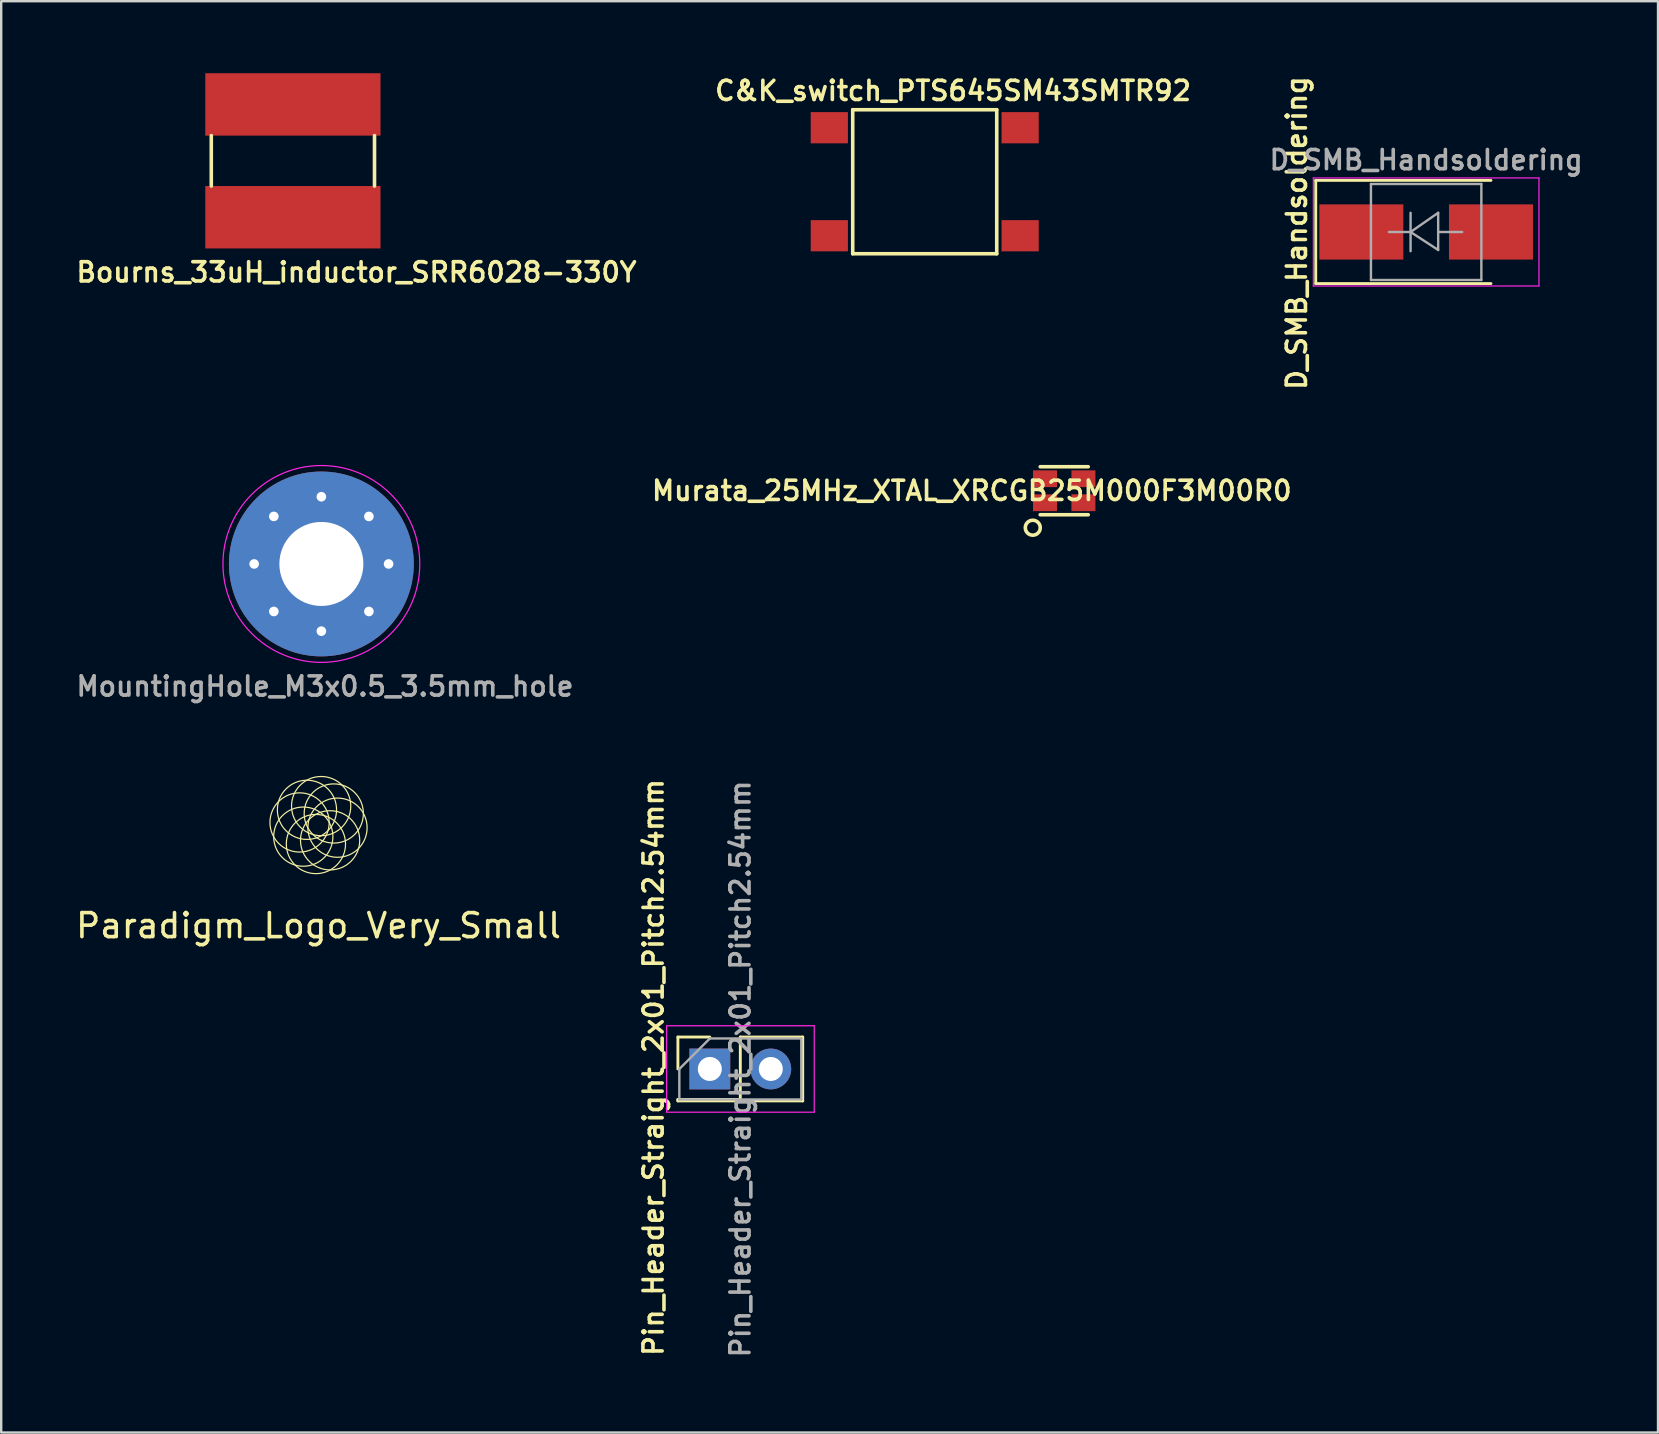
<source format=kicad_pcb>
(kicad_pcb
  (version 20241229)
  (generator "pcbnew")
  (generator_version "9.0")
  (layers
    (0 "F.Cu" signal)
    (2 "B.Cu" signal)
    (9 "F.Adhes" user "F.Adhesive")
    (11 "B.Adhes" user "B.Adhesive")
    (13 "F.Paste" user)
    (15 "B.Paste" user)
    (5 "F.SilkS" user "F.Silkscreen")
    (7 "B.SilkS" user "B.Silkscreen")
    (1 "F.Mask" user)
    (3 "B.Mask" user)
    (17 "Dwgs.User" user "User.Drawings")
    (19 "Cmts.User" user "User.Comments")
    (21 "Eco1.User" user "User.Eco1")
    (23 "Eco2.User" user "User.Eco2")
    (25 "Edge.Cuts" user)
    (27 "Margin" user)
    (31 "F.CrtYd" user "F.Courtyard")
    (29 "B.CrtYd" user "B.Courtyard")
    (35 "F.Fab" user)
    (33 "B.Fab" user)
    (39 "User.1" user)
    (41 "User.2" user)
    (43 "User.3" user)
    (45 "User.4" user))
  (footprint "D_SMB_Handsoldering"
    (layer "F.Cu")
    (at 56.363 6.614)
    (property "Reference" "D_SMB_Handsoldering" (at -5.391 0.045 90) (layer "F.SilkS") (effects (font (size 0.8 0.8) (thickness 0.15))))
    (attr smd)
    (fp_line (start -4.6 -2.15) (end -4.6 2.15) (stroke (width 0.12) (type solid)) (layer "F.SilkS"))
    (fp_line (start -4.6 -2.15) (end 2.7 -2.15) (stroke (width 0.12) (type solid)) (layer "F.SilkS"))
    (fp_line (start -4.6 2.15) (end 2.7 2.15) (stroke (width 0.12) (type solid)) (layer "F.SilkS"))
    (fp_line (start -4.7 -2.25) (end 4.7 -2.25) (stroke (width 0.05) (type solid)) (layer "F.CrtYd"))
    (fp_line (start -4.7 2.25) (end -4.7 -2.25) (stroke (width 0.05) (type solid)) (layer "F.CrtYd"))
    (fp_line (start 4.7 -2.25) (end 4.7 2.25) (stroke (width 0.05) (type solid)) (layer "F.CrtYd"))
    (fp_line (start 4.7 2.25) (end -4.7 2.25) (stroke (width 0.05) (type solid)) (layer "F.CrtYd"))
    (fp_line (start -2.3 2) (end -2.3 -2) (stroke (width 0.1) (type solid)) (layer "F.Fab"))
    (fp_line (start -0.649 -0.799) (end -0.649 0.801) (stroke (width 0.1) (type solid)) (layer "F.Fab"))
    (fp_line (start -0.649 0.001) (end -1.551 0.001) (stroke (width 0.1) (type solid)) (layer "F.Fab"))
    (fp_line (start -0.649 0.001) (end 0.501 -0.799) (stroke (width 0.1) (type solid)) (layer "F.Fab"))
    (fp_line (start -0.649 0.001) (end 0.501 0.75) (stroke (width 0.1) (type solid)) (layer "F.Fab"))
    (fp_line (start 0.501 0.001) (end 1.499 0.001) (stroke (width 0.1) (type solid)) (layer "F.Fab"))
    (fp_line (start 0.501 0.75) (end 0.501 -0.799) (stroke (width 0.1) (type solid)) (layer "F.Fab"))
    (fp_line (start 2.3 -2) (end -2.3 -2) (stroke (width 0.1) (type solid)) (layer "F.Fab"))
    (fp_line (start 2.3 -2) (end 2.3 2) (stroke (width 0.1) (type solid)) (layer "F.Fab"))
    (fp_line (start 2.3 2) (end -2.3 2) (stroke (width 0.1) (type solid)) (layer "F.Fab"))
    (fp_text user "${REFERENCE}" (at 0 -3 0) (layer "F.Fab") (effects (font (size 0.8 0.8) (thickness 0.15))))
    (pad "1" smd rect (at -2.7 0) (size 3.5 2.3) (layers "F.Cu" "F.Mask" "F.Paste"))
    (pad "2" smd rect (at 2.7 0) (size 3.5 2.3) (layers "F.Cu" "F.Mask" "F.Paste")))
  (footprint "Bourns_33uH_inductor_SRR6028-330Y"
    (layer "F.Cu")
    (at 9.152 3.65)
    (property "Reference" "Bourns_33uH_inductor_SRR6028-330Y" (at 2.65 4.64 0) (layer "F.SilkS") (effects (font (size 0.8 0.8) (thickness 0.15))))
    (attr through_hole)
    (fp_line (start -3.4 1.05) (end -3.4 -1.05) (stroke (width 0.15) (type solid)) (layer "F.SilkS"))
    (fp_line (start 3.4 -1.05) (end 3.4 1.05) (stroke (width 0.15) (type solid)) (layer "F.SilkS"))
    (pad "1" smd rect (at 0 -2.35) (size 7.3 2.6) (layers "F.Cu" "F.Mask" "F.Paste"))
    (pad "2" smd rect (at 0 2.35) (size 7.3 2.6) (layers "F.Cu" "F.Mask" "F.Paste")))
  (footprint "Murata_25MHz_XTAL_XRCGB25M000F3M00R0"
    (layer "F.Cu")
    (at 41.285 17.394)
    (property "Reference" "Murata_25MHz_XTAL_XRCGB25M000F3M00R0" (at -3.85 0 0) (layer "F.SilkS") (effects (font (size 0.8 0.8) (thickness 0.15))))
    (attr through_hole)
    (fp_line (start -1 1) (end 1 1) (stroke (width 0.15) (type solid)) (layer "F.SilkS"))
    (fp_line (start 1 -1) (end -1 -1) (stroke (width 0.15) (type solid)) (layer "F.SilkS"))
    (fp_circle (center -1.31 1.54) (end -1 1.57) (stroke (width 0.15) (type solid)) (fill no) (layer "F.SilkS"))
    (pad "" smd rect (at -0.8 -0.5) (size 1 0.7) (layers "F.Cu" "F.Mask" "F.Paste"))
    (pad "" smd rect (at 0.8 0.5) (size 1 0.7) (layers "F.Cu" "F.Mask" "F.Paste"))
    (pad "1" smd rect (at -0.8 0.5) (size 1 0.7) (layers "F.Cu" "F.Mask" "F.Paste"))
    (pad "2" smd rect (at 0.8 -0.5) (size 1 0.7) (layers "F.Cu" "F.Mask" "F.Paste")))
  (footprint "Pin_Header_Straight_2x01_Pitch2.54mm"
    (layer "F.Cu")
    (at 26.521 41.483)
    (property "Reference" "Pin_Header_Straight_2x01_Pitch2.54mm" (at -2.349 -0.064 90) (layer "F.SilkS") (effects (font (size 0.8 0.8) (thickness 0.15))))
    (attr through_hole)
    (fp_line (start -1.33 -1.33) (end 0 -1.33) (stroke (width 0.12) (type solid)) (layer "F.SilkS"))
    (fp_line (start -1.33 0) (end -1.33 -1.33) (stroke (width 0.12) (type solid)) (layer "F.SilkS"))
    (fp_line (start -1.33 1.27) (end -1.33 1.33) (stroke (width 0.12) (type solid)) (layer "F.SilkS"))
    (fp_line (start -1.33 1.27) (end 1.27 1.27) (stroke (width 0.12) (type solid)) (layer "F.SilkS"))
    (fp_line (start -1.33 1.33) (end 3.87 1.33) (stroke (width 0.12) (type solid)) (layer "F.SilkS"))
    (fp_line (start 1.27 -1.33) (end 3.87 -1.33) (stroke (width 0.12) (type solid)) (layer "F.SilkS"))
    (fp_line (start 1.27 1.27) (end 1.27 -1.33) (stroke (width 0.12) (type solid)) (layer "F.SilkS"))
    (fp_line (start 3.87 -1.33) (end 3.87 1.33) (stroke (width 0.12) (type solid)) (layer "F.SilkS"))
    (fp_line (start -1.8 -1.8) (end -1.8 1.8) (stroke (width 0.05) (type solid)) (layer "F.CrtYd"))
    (fp_line (start -1.8 1.8) (end 4.35 1.8) (stroke (width 0.05) (type solid)) (layer "F.CrtYd"))
    (fp_line (start 4.35 -1.8) (end -1.8 -1.8) (stroke (width 0.05) (type solid)) (layer "F.CrtYd"))
    (fp_line (start 4.35 1.8) (end 4.35 -1.8) (stroke (width 0.05) (type solid)) (layer "F.CrtYd"))
    (fp_line (start -1.27 0) (end 0 -1.27) (stroke (width 0.1) (type solid)) (layer "F.Fab"))
    (fp_line (start -1.27 1.27) (end -1.27 0) (stroke (width 0.1) (type solid)) (layer "F.Fab"))
    (fp_line (start 0 -1.27) (end 3.81 -1.27) (stroke (width 0.1) (type solid)) (layer "F.Fab"))
    (fp_line (start 3.81 -1.27) (end 3.81 1.27) (stroke (width 0.1) (type solid)) (layer "F.Fab"))
    (fp_line (start 3.81 1.27) (end -1.27 1.27) (stroke (width 0.1) (type solid)) (layer "F.Fab"))
    (fp_text user "${REFERENCE}" (at 1.27 0 90) (layer "F.Fab") (effects (font (size 0.8 0.8) (thickness 0.15))))
    (pad "1" thru_hole rect (at 0 0) (size 1.7 1.7) (drill 1) (layers "*.Cu" "*.Mask"))
    (pad "2" thru_hole oval (at 2.54 0) (size 1.7 1.7) (drill 1) (layers "*.Cu" "*.Mask")))
  (footprint "MountingHole_M3x0.5_3.5mm_hole"
    (layer "F.Cu")
    (at 10.338 20.444)
    (property "Reference" "MountingHole_M3x0.5_3.5mm_hole" (at 0.15 5.1 0) (layer "F.Fab") (effects (font (size 0.8 0.8) (thickness 0.15))))
    (attr exclude_from_pos_files exclude_from_bom)
    (fp_circle (center 0 0) (end 4.1 0) (stroke (width 0.05) (type solid)) (fill no) (layer "F.CrtYd"))
    (pad "" thru_hole circle (at -2.8 0) (size 0.7 0.7) (drill 0.4) (layers "*.Cu" "*.Mask"))
    (pad "" thru_hole circle (at -1.98 -1.98) (size 0.7 0.7) (drill 0.4) (layers "*.Cu" "*.Mask"))
    (pad "" thru_hole circle (at -1.98 1.98) (size 0.7 0.7) (drill 0.4) (layers "*.Cu" "*.Mask"))
    (pad "" thru_hole circle (at 0 -2.8) (size 0.7 0.7) (drill 0.4) (layers "*.Cu" "*.Mask"))
    (pad "" thru_hole circle (at 0 2.8) (size 0.7 0.7) (drill 0.4) (layers "*.Cu" "*.Mask"))
    (pad "" thru_hole circle (at 1.98 -1.98) (size 0.7 0.7) (drill 0.4) (layers "*.Cu" "*.Mask"))
    (pad "" thru_hole circle (at 1.98 1.98) (size 0.7 0.7) (drill 0.4) (layers "*.Cu" "*.Mask"))
    (pad "" thru_hole circle (at 2.8 0) (size 0.7 0.7) (drill 0.4) (layers "*.Cu" "*.Mask"))
    (pad "1" thru_hole circle (at 0 0) (size 7.7 7.7) (drill 3.5) (layers "*.Cu" "*.Mask")))
  (footprint "Paradigm_Logo_Very_Small"
    (layer "F.Cu")
    (at 10.22 31.322)
    (property "Reference" "Paradigm_Logo_Very_Small" (at 0 4.191 0) (layer "F.SilkS") (effects (font (size 1 1) (thickness 0.15))))
    (attr through_hole)
    (fp_circle (center -0.79 -0.109) (end -1.014 1.104) (stroke (width 0.05) (type solid)) (fill no) (layer "F.SilkS"))
    (fp_circle (center -0.635 0.482) (end 0.064 1.498) (stroke (width 0.05) (type solid)) (fill no) (layer "F.SilkS"))
    (fp_circle (center -0.482 -0.635) (end -1.498 0.064) (stroke (width 0.05) (type solid)) (fill no) (layer "F.SilkS"))
    (fp_circle (center -0.109 0.79) (end 1.104 1.014) (stroke (width 0.05) (type solid)) (fill no) (layer "F.SilkS"))
    (fp_circle (center 0.109 -0.79) (end -1.104 -1.014) (stroke (width 0.05) (type solid)) (fill no) (layer "F.SilkS"))
    (fp_circle (center 0.482 0.635) (end 1.498 -0.064) (stroke (width 0.05) (type solid)) (fill no) (layer "F.SilkS"))
    (fp_circle (center 0.635 -0.482) (end -0.064 -1.498) (stroke (width 0.05) (type solid)) (fill no) (layer "F.SilkS"))
    (fp_circle (center 0.79 0.109) (end 1.014 -1.104) (stroke (width 0.05) (type solid)) (fill no) (layer "F.SilkS")))
  (footprint "C&K_switch_PTS645SM43SMTR92"
    (layer "F.Cu")
    (at 35.474 4.521)
    (property "Reference" "C&K_switch_PTS645SM43SMTR92" (at 1.18 -3.79 0) (layer "F.SilkS") (effects (font (size 0.8 0.8) (thickness 0.15))))
    (attr through_hole)
    (fp_line (start -3 -3) (end -3 3) (stroke (width 0.15) (type solid)) (layer "F.SilkS"))
    (fp_line (start -3 3) (end 3 3) (stroke (width 0.15) (type solid)) (layer "F.SilkS"))
    (fp_line (start 3 -3) (end -3 -3) (stroke (width 0.15) (type solid)) (layer "F.SilkS"))
    (fp_line (start 3 3) (end 3 -3) (stroke (width 0.15) (type solid)) (layer "F.SilkS"))
    (pad "1" smd rect (at -3.975 -2.25) (size 1.55 1.3) (layers "F.Cu" "F.Mask" "F.Paste"))
    (pad "1" smd rect (at 3.975 -2.25) (size 1.55 1.3) (layers "F.Cu" "F.Mask" "F.Paste"))
    (pad "2" smd rect (at -3.975 2.25) (size 1.55 1.3) (layers "F.Cu" "F.Mask" "F.Paste"))
    (pad "2" smd rect (at 3.975 2.25) (size 1.55 1.3) (layers "F.Cu" "F.Mask" "F.Paste")))
  (gr_rect
    (start -3 -3)
    (end 66.022 56.628)
    (stroke (width 0.1) (type default))
    (fill no)
    (layer "Edge.Cuts")))
</source>
